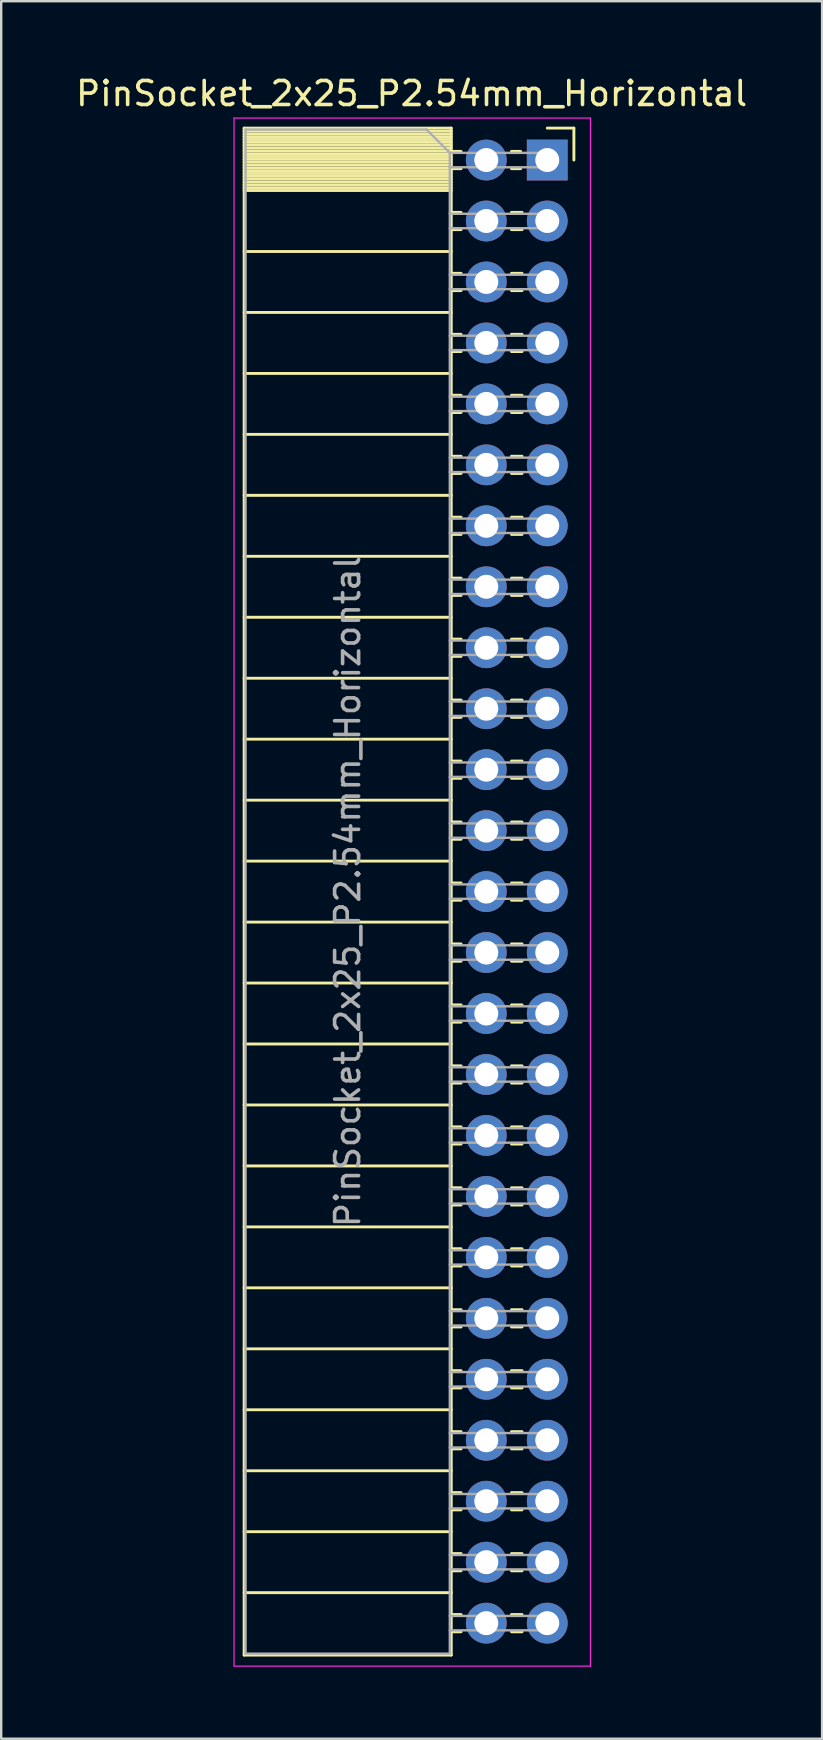
<source format=kicad_pcb>
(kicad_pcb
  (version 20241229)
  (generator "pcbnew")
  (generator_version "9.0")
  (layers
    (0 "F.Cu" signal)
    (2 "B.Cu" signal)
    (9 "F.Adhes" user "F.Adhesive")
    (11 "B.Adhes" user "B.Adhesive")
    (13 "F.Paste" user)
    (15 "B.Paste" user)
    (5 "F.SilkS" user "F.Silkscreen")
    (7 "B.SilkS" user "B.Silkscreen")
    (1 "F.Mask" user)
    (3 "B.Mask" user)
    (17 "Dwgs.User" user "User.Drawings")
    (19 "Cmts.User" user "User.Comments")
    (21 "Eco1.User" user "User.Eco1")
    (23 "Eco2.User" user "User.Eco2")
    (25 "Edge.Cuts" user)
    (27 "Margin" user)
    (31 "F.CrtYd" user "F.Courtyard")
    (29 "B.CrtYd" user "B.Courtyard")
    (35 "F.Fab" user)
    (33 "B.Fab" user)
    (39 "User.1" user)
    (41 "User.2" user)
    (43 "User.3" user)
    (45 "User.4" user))
  (footprint "PinSocket_2x25_P2.54mm_Horizontal"
    (layer "F.Cu")
    (at 19.751 3.618)
    (property "Reference" "PinSocket_2x25_P2.54mm_Horizontal" (at -5.65 -2.77 0) (layer "F.SilkS") (effects (font (size 1 1) (thickness 0.15))))
    (attr through_hole)
    (fp_line (start -12.63 -1.33) (end -12.63 62.29) (stroke (width 0.12) (type solid)) (layer "F.SilkS"))
    (fp_line (start -12.63 -1.33) (end -4 -1.33) (stroke (width 0.12) (type solid)) (layer "F.SilkS"))
    (fp_line (start -12.63 -1.21) (end -4 -1.21) (stroke (width 0.12) (type solid)) (layer "F.SilkS"))
    (fp_line (start -12.63 -1.092) (end -4 -1.092) (stroke (width 0.12) (type solid)) (layer "F.SilkS"))
    (fp_line (start -12.63 -0.974) (end -4 -0.974) (stroke (width 0.12) (type solid)) (layer "F.SilkS"))
    (fp_line (start -12.63 -0.856) (end -4 -0.856) (stroke (width 0.12) (type solid)) (layer "F.SilkS"))
    (fp_line (start -12.63 -0.738) (end -4 -0.738) (stroke (width 0.12) (type solid)) (layer "F.SilkS"))
    (fp_line (start -12.63 -0.62) (end -4 -0.62) (stroke (width 0.12) (type solid)) (layer "F.SilkS"))
    (fp_line (start -12.63 -0.501) (end -4 -0.501) (stroke (width 0.12) (type solid)) (layer "F.SilkS"))
    (fp_line (start -12.63 -0.383) (end -4 -0.383) (stroke (width 0.12) (type solid)) (layer "F.SilkS"))
    (fp_line (start -12.63 -0.265) (end -4 -0.265) (stroke (width 0.12) (type solid)) (layer "F.SilkS"))
    (fp_line (start -12.63 -0.147) (end -4 -0.147) (stroke (width 0.12) (type solid)) (layer "F.SilkS"))
    (fp_line (start -12.63 -0.029) (end -4 -0.029) (stroke (width 0.12) (type solid)) (layer "F.SilkS"))
    (fp_line (start -12.63 0.089) (end -4 0.089) (stroke (width 0.12) (type solid)) (layer "F.SilkS"))
    (fp_line (start -12.63 0.207) (end -4 0.207) (stroke (width 0.12) (type solid)) (layer "F.SilkS"))
    (fp_line (start -12.63 0.325) (end -4 0.325) (stroke (width 0.12) (type solid)) (layer "F.SilkS"))
    (fp_line (start -12.63 0.443) (end -4 0.443) (stroke (width 0.12) (type solid)) (layer "F.SilkS"))
    (fp_line (start -12.63 0.561) (end -4 0.561) (stroke (width 0.12) (type solid)) (layer "F.SilkS"))
    (fp_line (start -12.63 0.68) (end -4 0.68) (stroke (width 0.12) (type solid)) (layer "F.SilkS"))
    (fp_line (start -12.63 0.798) (end -4 0.798) (stroke (width 0.12) (type solid)) (layer "F.SilkS"))
    (fp_line (start -12.63 0.916) (end -4 0.916) (stroke (width 0.12) (type solid)) (layer "F.SilkS"))
    (fp_line (start -12.63 1.034) (end -4 1.034) (stroke (width 0.12) (type solid)) (layer "F.SilkS"))
    (fp_line (start -12.63 1.152) (end -4 1.152) (stroke (width 0.12) (type solid)) (layer "F.SilkS"))
    (fp_line (start -12.63 1.27) (end -4 1.27) (stroke (width 0.12) (type solid)) (layer "F.SilkS"))
    (fp_line (start -12.63 3.81) (end -4 3.81) (stroke (width 0.12) (type solid)) (layer "F.SilkS"))
    (fp_line (start -12.63 6.35) (end -4 6.35) (stroke (width 0.12) (type solid)) (layer "F.SilkS"))
    (fp_line (start -12.63 8.89) (end -4 8.89) (stroke (width 0.12) (type solid)) (layer "F.SilkS"))
    (fp_line (start -12.63 11.43) (end -4 11.43) (stroke (width 0.12) (type solid)) (layer "F.SilkS"))
    (fp_line (start -12.63 13.97) (end -4 13.97) (stroke (width 0.12) (type solid)) (layer "F.SilkS"))
    (fp_line (start -12.63 16.51) (end -4 16.51) (stroke (width 0.12) (type solid)) (layer "F.SilkS"))
    (fp_line (start -12.63 19.05) (end -4 19.05) (stroke (width 0.12) (type solid)) (layer "F.SilkS"))
    (fp_line (start -12.63 21.59) (end -4 21.59) (stroke (width 0.12) (type solid)) (layer "F.SilkS"))
    (fp_line (start -12.63 24.13) (end -4 24.13) (stroke (width 0.12) (type solid)) (layer "F.SilkS"))
    (fp_line (start -12.63 26.67) (end -4 26.67) (stroke (width 0.12) (type solid)) (layer "F.SilkS"))
    (fp_line (start -12.63 29.21) (end -4 29.21) (stroke (width 0.12) (type solid)) (layer "F.SilkS"))
    (fp_line (start -12.63 31.75) (end -4 31.75) (stroke (width 0.12) (type solid)) (layer "F.SilkS"))
    (fp_line (start -12.63 34.29) (end -4 34.29) (stroke (width 0.12) (type solid)) (layer "F.SilkS"))
    (fp_line (start -12.63 36.83) (end -4 36.83) (stroke (width 0.12) (type solid)) (layer "F.SilkS"))
    (fp_line (start -12.63 39.37) (end -4 39.37) (stroke (width 0.12) (type solid)) (layer "F.SilkS"))
    (fp_line (start -12.63 41.91) (end -4 41.91) (stroke (width 0.12) (type solid)) (layer "F.SilkS"))
    (fp_line (start -12.63 44.45) (end -4 44.45) (stroke (width 0.12) (type solid)) (layer "F.SilkS"))
    (fp_line (start -12.63 46.99) (end -4 46.99) (stroke (width 0.12) (type solid)) (layer "F.SilkS"))
    (fp_line (start -12.63 49.53) (end -4 49.53) (stroke (width 0.12) (type solid)) (layer "F.SilkS"))
    (fp_line (start -12.63 52.07) (end -4 52.07) (stroke (width 0.12) (type solid)) (layer "F.SilkS"))
    (fp_line (start -12.63 54.61) (end -4 54.61) (stroke (width 0.12) (type solid)) (layer "F.SilkS"))
    (fp_line (start -12.63 57.15) (end -4 57.15) (stroke (width 0.12) (type solid)) (layer "F.SilkS"))
    (fp_line (start -12.63 59.69) (end -4 59.69) (stroke (width 0.12) (type solid)) (layer "F.SilkS"))
    (fp_line (start -12.63 62.29) (end -4 62.29) (stroke (width 0.12) (type solid)) (layer "F.SilkS"))
    (fp_line (start -4 -1.33) (end -4 62.29) (stroke (width 0.12) (type solid)) (layer "F.SilkS"))
    (fp_line (start -4 -0.36) (end -3.59 -0.36) (stroke (width 0.12) (type solid)) (layer "F.SilkS"))
    (fp_line (start -4 0.36) (end -3.59 0.36) (stroke (width 0.12) (type solid)) (layer "F.SilkS"))
    (fp_line (start -4 2.18) (end -3.59 2.18) (stroke (width 0.12) (type solid)) (layer "F.SilkS"))
    (fp_line (start -4 2.9) (end -3.59 2.9) (stroke (width 0.12) (type solid)) (layer "F.SilkS"))
    (fp_line (start -4 4.72) (end -3.59 4.72) (stroke (width 0.12) (type solid)) (layer "F.SilkS"))
    (fp_line (start -4 5.44) (end -3.59 5.44) (stroke (width 0.12) (type solid)) (layer "F.SilkS"))
    (fp_line (start -4 7.26) (end -3.59 7.26) (stroke (width 0.12) (type solid)) (layer "F.SilkS"))
    (fp_line (start -4 7.98) (end -3.59 7.98) (stroke (width 0.12) (type solid)) (layer "F.SilkS"))
    (fp_line (start -4 9.8) (end -3.59 9.8) (stroke (width 0.12) (type solid)) (layer "F.SilkS"))
    (fp_line (start -4 10.52) (end -3.59 10.52) (stroke (width 0.12) (type solid)) (layer "F.SilkS"))
    (fp_line (start -4 12.34) (end -3.59 12.34) (stroke (width 0.12) (type solid)) (layer "F.SilkS"))
    (fp_line (start -4 13.06) (end -3.59 13.06) (stroke (width 0.12) (type solid)) (layer "F.SilkS"))
    (fp_line (start -4 14.88) (end -3.59 14.88) (stroke (width 0.12) (type solid)) (layer "F.SilkS"))
    (fp_line (start -4 15.6) (end -3.59 15.6) (stroke (width 0.12) (type solid)) (layer "F.SilkS"))
    (fp_line (start -4 17.42) (end -3.59 17.42) (stroke (width 0.12) (type solid)) (layer "F.SilkS"))
    (fp_line (start -4 18.14) (end -3.59 18.14) (stroke (width 0.12) (type solid)) (layer "F.SilkS"))
    (fp_line (start -4 19.96) (end -3.59 19.96) (stroke (width 0.12) (type solid)) (layer "F.SilkS"))
    (fp_line (start -4 20.68) (end -3.59 20.68) (stroke (width 0.12) (type solid)) (layer "F.SilkS"))
    (fp_line (start -4 22.5) (end -3.59 22.5) (stroke (width 0.12) (type solid)) (layer "F.SilkS"))
    (fp_line (start -4 23.22) (end -3.59 23.22) (stroke (width 0.12) (type solid)) (layer "F.SilkS"))
    (fp_line (start -4 25.04) (end -3.59 25.04) (stroke (width 0.12) (type solid)) (layer "F.SilkS"))
    (fp_line (start -4 25.76) (end -3.59 25.76) (stroke (width 0.12) (type solid)) (layer "F.SilkS"))
    (fp_line (start -4 27.58) (end -3.59 27.58) (stroke (width 0.12) (type solid)) (layer "F.SilkS"))
    (fp_line (start -4 28.3) (end -3.59 28.3) (stroke (width 0.12) (type solid)) (layer "F.SilkS"))
    (fp_line (start -4 30.12) (end -3.59 30.12) (stroke (width 0.12) (type solid)) (layer "F.SilkS"))
    (fp_line (start -4 30.84) (end -3.59 30.84) (stroke (width 0.12) (type solid)) (layer "F.SilkS"))
    (fp_line (start -4 32.66) (end -3.59 32.66) (stroke (width 0.12) (type solid)) (layer "F.SilkS"))
    (fp_line (start -4 33.38) (end -3.59 33.38) (stroke (width 0.12) (type solid)) (layer "F.SilkS"))
    (fp_line (start -4 35.2) (end -3.59 35.2) (stroke (width 0.12) (type solid)) (layer "F.SilkS"))
    (fp_line (start -4 35.92) (end -3.59 35.92) (stroke (width 0.12) (type solid)) (layer "F.SilkS"))
    (fp_line (start -4 37.74) (end -3.59 37.74) (stroke (width 0.12) (type solid)) (layer "F.SilkS"))
    (fp_line (start -4 38.46) (end -3.59 38.46) (stroke (width 0.12) (type solid)) (layer "F.SilkS"))
    (fp_line (start -4 40.28) (end -3.59 40.28) (stroke (width 0.12) (type solid)) (layer "F.SilkS"))
    (fp_line (start -4 41) (end -3.59 41) (stroke (width 0.12) (type solid)) (layer "F.SilkS"))
    (fp_line (start -4 42.82) (end -3.59 42.82) (stroke (width 0.12) (type solid)) (layer "F.SilkS"))
    (fp_line (start -4 43.54) (end -3.59 43.54) (stroke (width 0.12) (type solid)) (layer "F.SilkS"))
    (fp_line (start -4 45.36) (end -3.59 45.36) (stroke (width 0.12) (type solid)) (layer "F.SilkS"))
    (fp_line (start -4 46.08) (end -3.59 46.08) (stroke (width 0.12) (type solid)) (layer "F.SilkS"))
    (fp_line (start -4 47.9) (end -3.59 47.9) (stroke (width 0.12) (type solid)) (layer "F.SilkS"))
    (fp_line (start -4 48.62) (end -3.59 48.62) (stroke (width 0.12) (type solid)) (layer "F.SilkS"))
    (fp_line (start -4 50.44) (end -3.59 50.44) (stroke (width 0.12) (type solid)) (layer "F.SilkS"))
    (fp_line (start -4 51.16) (end -3.59 51.16) (stroke (width 0.12) (type solid)) (layer "F.SilkS"))
    (fp_line (start -4 52.98) (end -3.59 52.98) (stroke (width 0.12) (type solid)) (layer "F.SilkS"))
    (fp_line (start -4 53.7) (end -3.59 53.7) (stroke (width 0.12) (type solid)) (layer "F.SilkS"))
    (fp_line (start -4 55.52) (end -3.59 55.52) (stroke (width 0.12) (type solid)) (layer "F.SilkS"))
    (fp_line (start -4 56.24) (end -3.59 56.24) (stroke (width 0.12) (type solid)) (layer "F.SilkS"))
    (fp_line (start -4 58.06) (end -3.59 58.06) (stroke (width 0.12) (type solid)) (layer "F.SilkS"))
    (fp_line (start -4 58.78) (end -3.59 58.78) (stroke (width 0.12) (type solid)) (layer "F.SilkS"))
    (fp_line (start -4 60.6) (end -3.59 60.6) (stroke (width 0.12) (type solid)) (layer "F.SilkS"))
    (fp_line (start -4 61.32) (end -3.59 61.32) (stroke (width 0.12) (type solid)) (layer "F.SilkS"))
    (fp_line (start -1.49 -0.36) (end -1.11 -0.36) (stroke (width 0.12) (type solid)) (layer "F.SilkS"))
    (fp_line (start -1.49 0.36) (end -1.11 0.36) (stroke (width 0.12) (type solid)) (layer "F.SilkS"))
    (fp_line (start -1.49 2.18) (end -1.05 2.18) (stroke (width 0.12) (type solid)) (layer "F.SilkS"))
    (fp_line (start -1.49 2.9) (end -1.05 2.9) (stroke (width 0.12) (type solid)) (layer "F.SilkS"))
    (fp_line (start -1.49 4.72) (end -1.05 4.72) (stroke (width 0.12) (type solid)) (layer "F.SilkS"))
    (fp_line (start -1.49 5.44) (end -1.05 5.44) (stroke (width 0.12) (type solid)) (layer "F.SilkS"))
    (fp_line (start -1.49 7.26) (end -1.05 7.26) (stroke (width 0.12) (type solid)) (layer "F.SilkS"))
    (fp_line (start -1.49 7.98) (end -1.05 7.98) (stroke (width 0.12) (type solid)) (layer "F.SilkS"))
    (fp_line (start -1.49 9.8) (end -1.05 9.8) (stroke (width 0.12) (type solid)) (layer "F.SilkS"))
    (fp_line (start -1.49 10.52) (end -1.05 10.52) (stroke (width 0.12) (type solid)) (layer "F.SilkS"))
    (fp_line (start -1.49 12.34) (end -1.05 12.34) (stroke (width 0.12) (type solid)) (layer "F.SilkS"))
    (fp_line (start -1.49 13.06) (end -1.05 13.06) (stroke (width 0.12) (type solid)) (layer "F.SilkS"))
    (fp_line (start -1.49 14.88) (end -1.05 14.88) (stroke (width 0.12) (type solid)) (layer "F.SilkS"))
    (fp_line (start -1.49 15.6) (end -1.05 15.6) (stroke (width 0.12) (type solid)) (layer "F.SilkS"))
    (fp_line (start -1.49 17.42) (end -1.05 17.42) (stroke (width 0.12) (type solid)) (layer "F.SilkS"))
    (fp_line (start -1.49 18.14) (end -1.05 18.14) (stroke (width 0.12) (type solid)) (layer "F.SilkS"))
    (fp_line (start -1.49 19.96) (end -1.05 19.96) (stroke (width 0.12) (type solid)) (layer "F.SilkS"))
    (fp_line (start -1.49 20.68) (end -1.05 20.68) (stroke (width 0.12) (type solid)) (layer "F.SilkS"))
    (fp_line (start -1.49 22.5) (end -1.05 22.5) (stroke (width 0.12) (type solid)) (layer "F.SilkS"))
    (fp_line (start -1.49 23.22) (end -1.05 23.22) (stroke (width 0.12) (type solid)) (layer "F.SilkS"))
    (fp_line (start -1.49 25.04) (end -1.05 25.04) (stroke (width 0.12) (type solid)) (layer "F.SilkS"))
    (fp_line (start -1.49 25.76) (end -1.05 25.76) (stroke (width 0.12) (type solid)) (layer "F.SilkS"))
    (fp_line (start -1.49 27.58) (end -1.05 27.58) (stroke (width 0.12) (type solid)) (layer "F.SilkS"))
    (fp_line (start -1.49 28.3) (end -1.05 28.3) (stroke (width 0.12) (type solid)) (layer "F.SilkS"))
    (fp_line (start -1.49 30.12) (end -1.05 30.12) (stroke (width 0.12) (type solid)) (layer "F.SilkS"))
    (fp_line (start -1.49 30.84) (end -1.05 30.84) (stroke (width 0.12) (type solid)) (layer "F.SilkS"))
    (fp_line (start -1.49 32.66) (end -1.05 32.66) (stroke (width 0.12) (type solid)) (layer "F.SilkS"))
    (fp_line (start -1.49 33.38) (end -1.05 33.38) (stroke (width 0.12) (type solid)) (layer "F.SilkS"))
    (fp_line (start -1.49 35.2) (end -1.05 35.2) (stroke (width 0.12) (type solid)) (layer "F.SilkS"))
    (fp_line (start -1.49 35.92) (end -1.05 35.92) (stroke (width 0.12) (type solid)) (layer "F.SilkS"))
    (fp_line (start -1.49 37.74) (end -1.05 37.74) (stroke (width 0.12) (type solid)) (layer "F.SilkS"))
    (fp_line (start -1.49 38.46) (end -1.05 38.46) (stroke (width 0.12) (type solid)) (layer "F.SilkS"))
    (fp_line (start -1.49 40.28) (end -1.05 40.28) (stroke (width 0.12) (type solid)) (layer "F.SilkS"))
    (fp_line (start -1.49 41) (end -1.05 41) (stroke (width 0.12) (type solid)) (layer "F.SilkS"))
    (fp_line (start -1.49 42.82) (end -1.05 42.82) (stroke (width 0.12) (type solid)) (layer "F.SilkS"))
    (fp_line (start -1.49 43.54) (end -1.05 43.54) (stroke (width 0.12) (type solid)) (layer "F.SilkS"))
    (fp_line (start -1.49 45.36) (end -1.05 45.36) (stroke (width 0.12) (type solid)) (layer "F.SilkS"))
    (fp_line (start -1.49 46.08) (end -1.05 46.08) (stroke (width 0.12) (type solid)) (layer "F.SilkS"))
    (fp_line (start -1.49 47.9) (end -1.05 47.9) (stroke (width 0.12) (type solid)) (layer "F.SilkS"))
    (fp_line (start -1.49 48.62) (end -1.05 48.62) (stroke (width 0.12) (type solid)) (layer "F.SilkS"))
    (fp_line (start -1.49 50.44) (end -1.05 50.44) (stroke (width 0.12) (type solid)) (layer "F.SilkS"))
    (fp_line (start -1.49 51.16) (end -1.05 51.16) (stroke (width 0.12) (type solid)) (layer "F.SilkS"))
    (fp_line (start -1.49 52.98) (end -1.05 52.98) (stroke (width 0.12) (type solid)) (layer "F.SilkS"))
    (fp_line (start -1.49 53.7) (end -1.05 53.7) (stroke (width 0.12) (type solid)) (layer "F.SilkS"))
    (fp_line (start -1.49 55.52) (end -1.05 55.52) (stroke (width 0.12) (type solid)) (layer "F.SilkS"))
    (fp_line (start -1.49 56.24) (end -1.05 56.24) (stroke (width 0.12) (type solid)) (layer "F.SilkS"))
    (fp_line (start -1.49 58.06) (end -1.05 58.06) (stroke (width 0.12) (type solid)) (layer "F.SilkS"))
    (fp_line (start -1.49 58.78) (end -1.05 58.78) (stroke (width 0.12) (type solid)) (layer "F.SilkS"))
    (fp_line (start -1.49 60.6) (end -1.05 60.6) (stroke (width 0.12) (type solid)) (layer "F.SilkS"))
    (fp_line (start -1.49 61.32) (end -1.05 61.32) (stroke (width 0.12) (type solid)) (layer "F.SilkS"))
    (fp_line (start 0 -1.33) (end 1.11 -1.33) (stroke (width 0.12) (type solid)) (layer "F.SilkS"))
    (fp_line (start 1.11 -1.33) (end 1.11 0) (stroke (width 0.12) (type solid)) (layer "F.SilkS"))
    (fp_line (start -13.05 -1.75) (end -13.05 62.75) (stroke (width 0.05) (type solid)) (layer "F.CrtYd"))
    (fp_line (start -13.05 62.75) (end 1.8 62.75) (stroke (width 0.05) (type solid)) (layer "F.CrtYd"))
    (fp_line (start 1.8 -1.75) (end -13.05 -1.75) (stroke (width 0.05) (type solid)) (layer "F.CrtYd"))
    (fp_line (start 1.8 62.75) (end 1.8 -1.75) (stroke (width 0.05) (type solid)) (layer "F.CrtYd"))
    (fp_line (start -12.57 -1.27) (end -5.03 -1.27) (stroke (width 0.1) (type solid)) (layer "F.Fab"))
    (fp_line (start -12.57 62.23) (end -12.57 -1.27) (stroke (width 0.1) (type solid)) (layer "F.Fab"))
    (fp_line (start -5.03 -1.27) (end -4.06 -0.3) (stroke (width 0.1) (type solid)) (layer "F.Fab"))
    (fp_line (start -4.06 -0.3) (end -4.06 62.23) (stroke (width 0.1) (type solid)) (layer "F.Fab"))
    (fp_line (start -4.06 0.3) (end 0 0.3) (stroke (width 0.1) (type solid)) (layer "F.Fab"))
    (fp_line (start -4.06 2.84) (end 0 2.84) (stroke (width 0.1) (type solid)) (layer "F.Fab"))
    (fp_line (start -4.06 5.38) (end 0 5.38) (stroke (width 0.1) (type solid)) (layer "F.Fab"))
    (fp_line (start -4.06 7.92) (end 0 7.92) (stroke (width 0.1) (type solid)) (layer "F.Fab"))
    (fp_line (start -4.06 10.46) (end 0 10.46) (stroke (width 0.1) (type solid)) (layer "F.Fab"))
    (fp_line (start -4.06 13) (end 0 13) (stroke (width 0.1) (type solid)) (layer "F.Fab"))
    (fp_line (start -4.06 15.54) (end 0 15.54) (stroke (width 0.1) (type solid)) (layer "F.Fab"))
    (fp_line (start -4.06 18.08) (end 0 18.08) (stroke (width 0.1) (type solid)) (layer "F.Fab"))
    (fp_line (start -4.06 20.62) (end 0 20.62) (stroke (width 0.1) (type solid)) (layer "F.Fab"))
    (fp_line (start -4.06 23.16) (end 0 23.16) (stroke (width 0.1) (type solid)) (layer "F.Fab"))
    (fp_line (start -4.06 25.7) (end 0 25.7) (stroke (width 0.1) (type solid)) (layer "F.Fab"))
    (fp_line (start -4.06 28.24) (end 0 28.24) (stroke (width 0.1) (type solid)) (layer "F.Fab"))
    (fp_line (start -4.06 30.78) (end 0 30.78) (stroke (width 0.1) (type solid)) (layer "F.Fab"))
    (fp_line (start -4.06 33.32) (end 0 33.32) (stroke (width 0.1) (type solid)) (layer "F.Fab"))
    (fp_line (start -4.06 35.86) (end 0 35.86) (stroke (width 0.1) (type solid)) (layer "F.Fab"))
    (fp_line (start -4.06 38.4) (end 0 38.4) (stroke (width 0.1) (type solid)) (layer "F.Fab"))
    (fp_line (start -4.06 40.94) (end 0 40.94) (stroke (width 0.1) (type solid)) (layer "F.Fab"))
    (fp_line (start -4.06 43.48) (end 0 43.48) (stroke (width 0.1) (type solid)) (layer "F.Fab"))
    (fp_line (start -4.06 46.02) (end 0 46.02) (stroke (width 0.1) (type solid)) (layer "F.Fab"))
    (fp_line (start -4.06 48.56) (end 0 48.56) (stroke (width 0.1) (type solid)) (layer "F.Fab"))
    (fp_line (start -4.06 51.1) (end 0 51.1) (stroke (width 0.1) (type solid)) (layer "F.Fab"))
    (fp_line (start -4.06 53.64) (end 0 53.64) (stroke (width 0.1) (type solid)) (layer "F.Fab"))
    (fp_line (start -4.06 56.18) (end 0 56.18) (stroke (width 0.1) (type solid)) (layer "F.Fab"))
    (fp_line (start -4.06 58.72) (end 0 58.72) (stroke (width 0.1) (type solid)) (layer "F.Fab"))
    (fp_line (start -4.06 61.26) (end 0 61.26) (stroke (width 0.1) (type solid)) (layer "F.Fab"))
    (fp_line (start -4.06 62.23) (end -12.57 62.23) (stroke (width 0.1) (type solid)) (layer "F.Fab"))
    (fp_line (start 0 -0.3) (end -4.06 -0.3) (stroke (width 0.1) (type solid)) (layer "F.Fab"))
    (fp_line (start 0 0.3) (end 0 -0.3) (stroke (width 0.1) (type solid)) (layer "F.Fab"))
    (fp_line (start 0 2.24) (end -4.06 2.24) (stroke (width 0.1) (type solid)) (layer "F.Fab"))
    (fp_line (start 0 2.84) (end 0 2.24) (stroke (width 0.1) (type solid)) (layer "F.Fab"))
    (fp_line (start 0 4.78) (end -4.06 4.78) (stroke (width 0.1) (type solid)) (layer "F.Fab"))
    (fp_line (start 0 5.38) (end 0 4.78) (stroke (width 0.1) (type solid)) (layer "F.Fab"))
    (fp_line (start 0 7.32) (end -4.06 7.32) (stroke (width 0.1) (type solid)) (layer "F.Fab"))
    (fp_line (start 0 7.92) (end 0 7.32) (stroke (width 0.1) (type solid)) (layer "F.Fab"))
    (fp_line (start 0 9.86) (end -4.06 9.86) (stroke (width 0.1) (type solid)) (layer "F.Fab"))
    (fp_line (start 0 10.46) (end 0 9.86) (stroke (width 0.1) (type solid)) (layer "F.Fab"))
    (fp_line (start 0 12.4) (end -4.06 12.4) (stroke (width 0.1) (type solid)) (layer "F.Fab"))
    (fp_line (start 0 13) (end 0 12.4) (stroke (width 0.1) (type solid)) (layer "F.Fab"))
    (fp_line (start 0 14.94) (end -4.06 14.94) (stroke (width 0.1) (type solid)) (layer "F.Fab"))
    (fp_line (start 0 15.54) (end 0 14.94) (stroke (width 0.1) (type solid)) (layer "F.Fab"))
    (fp_line (start 0 17.48) (end -4.06 17.48) (stroke (width 0.1) (type solid)) (layer "F.Fab"))
    (fp_line (start 0 18.08) (end 0 17.48) (stroke (width 0.1) (type solid)) (layer "F.Fab"))
    (fp_line (start 0 20.02) (end -4.06 20.02) (stroke (width 0.1) (type solid)) (layer "F.Fab"))
    (fp_line (start 0 20.62) (end 0 20.02) (stroke (width 0.1) (type solid)) (layer "F.Fab"))
    (fp_line (start 0 22.56) (end -4.06 22.56) (stroke (width 0.1) (type solid)) (layer "F.Fab"))
    (fp_line (start 0 23.16) (end 0 22.56) (stroke (width 0.1) (type solid)) (layer "F.Fab"))
    (fp_line (start 0 25.1) (end -4.06 25.1) (stroke (width 0.1) (type solid)) (layer "F.Fab"))
    (fp_line (start 0 25.7) (end 0 25.1) (stroke (width 0.1) (type solid)) (layer "F.Fab"))
    (fp_line (start 0 27.64) (end -4.06 27.64) (stroke (width 0.1) (type solid)) (layer "F.Fab"))
    (fp_line (start 0 28.24) (end 0 27.64) (stroke (width 0.1) (type solid)) (layer "F.Fab"))
    (fp_line (start 0 30.18) (end -4.06 30.18) (stroke (width 0.1) (type solid)) (layer "F.Fab"))
    (fp_line (start 0 30.78) (end 0 30.18) (stroke (width 0.1) (type solid)) (layer "F.Fab"))
    (fp_line (start 0 32.72) (end -4.06 32.72) (stroke (width 0.1) (type solid)) (layer "F.Fab"))
    (fp_line (start 0 33.32) (end 0 32.72) (stroke (width 0.1) (type solid)) (layer "F.Fab"))
    (fp_line (start 0 35.26) (end -4.06 35.26) (stroke (width 0.1) (type solid)) (layer "F.Fab"))
    (fp_line (start 0 35.86) (end 0 35.26) (stroke (width 0.1) (type solid)) (layer "F.Fab"))
    (fp_line (start 0 37.8) (end -4.06 37.8) (stroke (width 0.1) (type solid)) (layer "F.Fab"))
    (fp_line (start 0 38.4) (end 0 37.8) (stroke (width 0.1) (type solid)) (layer "F.Fab"))
    (fp_line (start 0 40.34) (end -4.06 40.34) (stroke (width 0.1) (type solid)) (layer "F.Fab"))
    (fp_line (start 0 40.94) (end 0 40.34) (stroke (width 0.1) (type solid)) (layer "F.Fab"))
    (fp_line (start 0 42.88) (end -4.06 42.88) (stroke (width 0.1) (type solid)) (layer "F.Fab"))
    (fp_line (start 0 43.48) (end 0 42.88) (stroke (width 0.1) (type solid)) (layer "F.Fab"))
    (fp_line (start 0 45.42) (end -4.06 45.42) (stroke (width 0.1) (type solid)) (layer "F.Fab"))
    (fp_line (start 0 46.02) (end 0 45.42) (stroke (width 0.1) (type solid)) (layer "F.Fab"))
    (fp_line (start 0 47.96) (end -4.06 47.96) (stroke (width 0.1) (type solid)) (layer "F.Fab"))
    (fp_line (start 0 48.56) (end 0 47.96) (stroke (width 0.1) (type solid)) (layer "F.Fab"))
    (fp_line (start 0 50.5) (end -4.06 50.5) (stroke (width 0.1) (type solid)) (layer "F.Fab"))
    (fp_line (start 0 51.1) (end 0 50.5) (stroke (width 0.1) (type solid)) (layer "F.Fab"))
    (fp_line (start 0 53.04) (end -4.06 53.04) (stroke (width 0.1) (type solid)) (layer "F.Fab"))
    (fp_line (start 0 53.64) (end 0 53.04) (stroke (width 0.1) (type solid)) (layer "F.Fab"))
    (fp_line (start 0 55.58) (end -4.06 55.58) (stroke (width 0.1) (type solid)) (layer "F.Fab"))
    (fp_line (start 0 56.18) (end 0 55.58) (stroke (width 0.1) (type solid)) (layer "F.Fab"))
    (fp_line (start 0 58.12) (end -4.06 58.12) (stroke (width 0.1) (type solid)) (layer "F.Fab"))
    (fp_line (start 0 58.72) (end 0 58.12) (stroke (width 0.1) (type solid)) (layer "F.Fab"))
    (fp_line (start 0 60.66) (end -4.06 60.66) (stroke (width 0.1) (type solid)) (layer "F.Fab"))
    (fp_line (start 0 61.26) (end 0 60.66) (stroke (width 0.1) (type solid)) (layer "F.Fab"))
    (fp_text user "${REFERENCE}" (at -8.315 30.48 90) (layer "F.Fab") (effects (font (size 1 1) (thickness 0.15))))
    (pad "1" thru_hole rect (at 0 0) (size 1.7 1.7) (drill 1) (layers "*.Cu" "*.Mask"))
    (pad "2" thru_hole oval (at -2.54 0) (size 1.7 1.7) (drill 1) (layers "*.Cu" "*.Mask"))
    (pad "3" thru_hole oval (at 0 2.54) (size 1.7 1.7) (drill 1) (layers "*.Cu" "*.Mask"))
    (pad "4" thru_hole oval (at -2.54 2.54) (size 1.7 1.7) (drill 1) (layers "*.Cu" "*.Mask"))
    (pad "5" thru_hole oval (at 0 5.08) (size 1.7 1.7) (drill 1) (layers "*.Cu" "*.Mask"))
    (pad "6" thru_hole oval (at -2.54 5.08) (size 1.7 1.7) (drill 1) (layers "*.Cu" "*.Mask"))
    (pad "7" thru_hole oval (at 0 7.62) (size 1.7 1.7) (drill 1) (layers "*.Cu" "*.Mask"))
    (pad "8" thru_hole oval (at -2.54 7.62) (size 1.7 1.7) (drill 1) (layers "*.Cu" "*.Mask"))
    (pad "9" thru_hole oval (at 0 10.16) (size 1.7 1.7) (drill 1) (layers "*.Cu" "*.Mask"))
    (pad "10" thru_hole oval (at -2.54 10.16) (size 1.7 1.7) (drill 1) (layers "*.Cu" "*.Mask"))
    (pad "11" thru_hole oval (at 0 12.7) (size 1.7 1.7) (drill 1) (layers "*.Cu" "*.Mask"))
    (pad "12" thru_hole oval (at -2.54 12.7) (size 1.7 1.7) (drill 1) (layers "*.Cu" "*.Mask"))
    (pad "13" thru_hole oval (at 0 15.24) (size 1.7 1.7) (drill 1) (layers "*.Cu" "*.Mask"))
    (pad "14" thru_hole oval (at -2.54 15.24) (size 1.7 1.7) (drill 1) (layers "*.Cu" "*.Mask"))
    (pad "15" thru_hole oval (at 0 17.78) (size 1.7 1.7) (drill 1) (layers "*.Cu" "*.Mask"))
    (pad "16" thru_hole oval (at -2.54 17.78) (size 1.7 1.7) (drill 1) (layers "*.Cu" "*.Mask"))
    (pad "17" thru_hole oval (at 0 20.32) (size 1.7 1.7) (drill 1) (layers "*.Cu" "*.Mask"))
    (pad "18" thru_hole oval (at -2.54 20.32) (size 1.7 1.7) (drill 1) (layers "*.Cu" "*.Mask"))
    (pad "19" thru_hole oval (at 0 22.86) (size 1.7 1.7) (drill 1) (layers "*.Cu" "*.Mask"))
    (pad "20" thru_hole oval (at -2.54 22.86) (size 1.7 1.7) (drill 1) (layers "*.Cu" "*.Mask"))
    (pad "21" thru_hole oval (at 0 25.4) (size 1.7 1.7) (drill 1) (layers "*.Cu" "*.Mask"))
    (pad "22" thru_hole oval (at -2.54 25.4) (size 1.7 1.7) (drill 1) (layers "*.Cu" "*.Mask"))
    (pad "23" thru_hole oval (at 0 27.94) (size 1.7 1.7) (drill 1) (layers "*.Cu" "*.Mask"))
    (pad "24" thru_hole oval (at -2.54 27.94) (size 1.7 1.7) (drill 1) (layers "*.Cu" "*.Mask"))
    (pad "25" thru_hole oval (at 0 30.48) (size 1.7 1.7) (drill 1) (layers "*.Cu" "*.Mask"))
    (pad "26" thru_hole oval (at -2.54 30.48) (size 1.7 1.7) (drill 1) (layers "*.Cu" "*.Mask"))
    (pad "27" thru_hole oval (at 0 33.02) (size 1.7 1.7) (drill 1) (layers "*.Cu" "*.Mask"))
    (pad "28" thru_hole oval (at -2.54 33.02) (size 1.7 1.7) (drill 1) (layers "*.Cu" "*.Mask"))
    (pad "29" thru_hole oval (at 0 35.56) (size 1.7 1.7) (drill 1) (layers "*.Cu" "*.Mask"))
    (pad "30" thru_hole oval (at -2.54 35.56) (size 1.7 1.7) (drill 1) (layers "*.Cu" "*.Mask"))
    (pad "31" thru_hole oval (at 0 38.1) (size 1.7 1.7) (drill 1) (layers "*.Cu" "*.Mask"))
    (pad "32" thru_hole oval (at -2.54 38.1) (size 1.7 1.7) (drill 1) (layers "*.Cu" "*.Mask"))
    (pad "33" thru_hole oval (at 0 40.64) (size 1.7 1.7) (drill 1) (layers "*.Cu" "*.Mask"))
    (pad "34" thru_hole oval (at -2.54 40.64) (size 1.7 1.7) (drill 1) (layers "*.Cu" "*.Mask"))
    (pad "35" thru_hole oval (at 0 43.18) (size 1.7 1.7) (drill 1) (layers "*.Cu" "*.Mask"))
    (pad "36" thru_hole oval (at -2.54 43.18) (size 1.7 1.7) (drill 1) (layers "*.Cu" "*.Mask"))
    (pad "37" thru_hole oval (at 0 45.72) (size 1.7 1.7) (drill 1) (layers "*.Cu" "*.Mask"))
    (pad "38" thru_hole oval (at -2.54 45.72) (size 1.7 1.7) (drill 1) (layers "*.Cu" "*.Mask"))
    (pad "39" thru_hole oval (at 0 48.26) (size 1.7 1.7) (drill 1) (layers "*.Cu" "*.Mask"))
    (pad "40" thru_hole oval (at -2.54 48.26) (size 1.7 1.7) (drill 1) (layers "*.Cu" "*.Mask"))
    (pad "41" thru_hole oval (at 0 50.8) (size 1.7 1.7) (drill 1) (layers "*.Cu" "*.Mask"))
    (pad "42" thru_hole oval (at -2.54 50.8) (size 1.7 1.7) (drill 1) (layers "*.Cu" "*.Mask"))
    (pad "43" thru_hole oval (at 0 53.34) (size 1.7 1.7) (drill 1) (layers "*.Cu" "*.Mask"))
    (pad "44" thru_hole oval (at -2.54 53.34) (size 1.7 1.7) (drill 1) (layers "*.Cu" "*.Mask"))
    (pad "45" thru_hole oval (at 0 55.88) (size 1.7 1.7) (drill 1) (layers "*.Cu" "*.Mask"))
    (pad "46" thru_hole oval (at -2.54 55.88) (size 1.7 1.7) (drill 1) (layers "*.Cu" "*.Mask"))
    (pad "47" thru_hole oval (at 0 58.42) (size 1.7 1.7) (drill 1) (layers "*.Cu" "*.Mask"))
    (pad "48" thru_hole oval (at -2.54 58.42) (size 1.7 1.7) (drill 1) (layers "*.Cu" "*.Mask"))
    (pad "49" thru_hole oval (at 0 60.96) (size 1.7 1.7) (drill 1) (layers "*.Cu" "*.Mask"))
    (pad "50" thru_hole oval (at -2.54 60.96) (size 1.7 1.7) (drill 1) (layers "*.Cu" "*.Mask")))
  (gr_rect
    (start -3 -3)
    (end 31.202 69.393)
    (stroke (width 0.1) (type default))
    (fill no)
    (layer "Edge.Cuts")))
</source>
